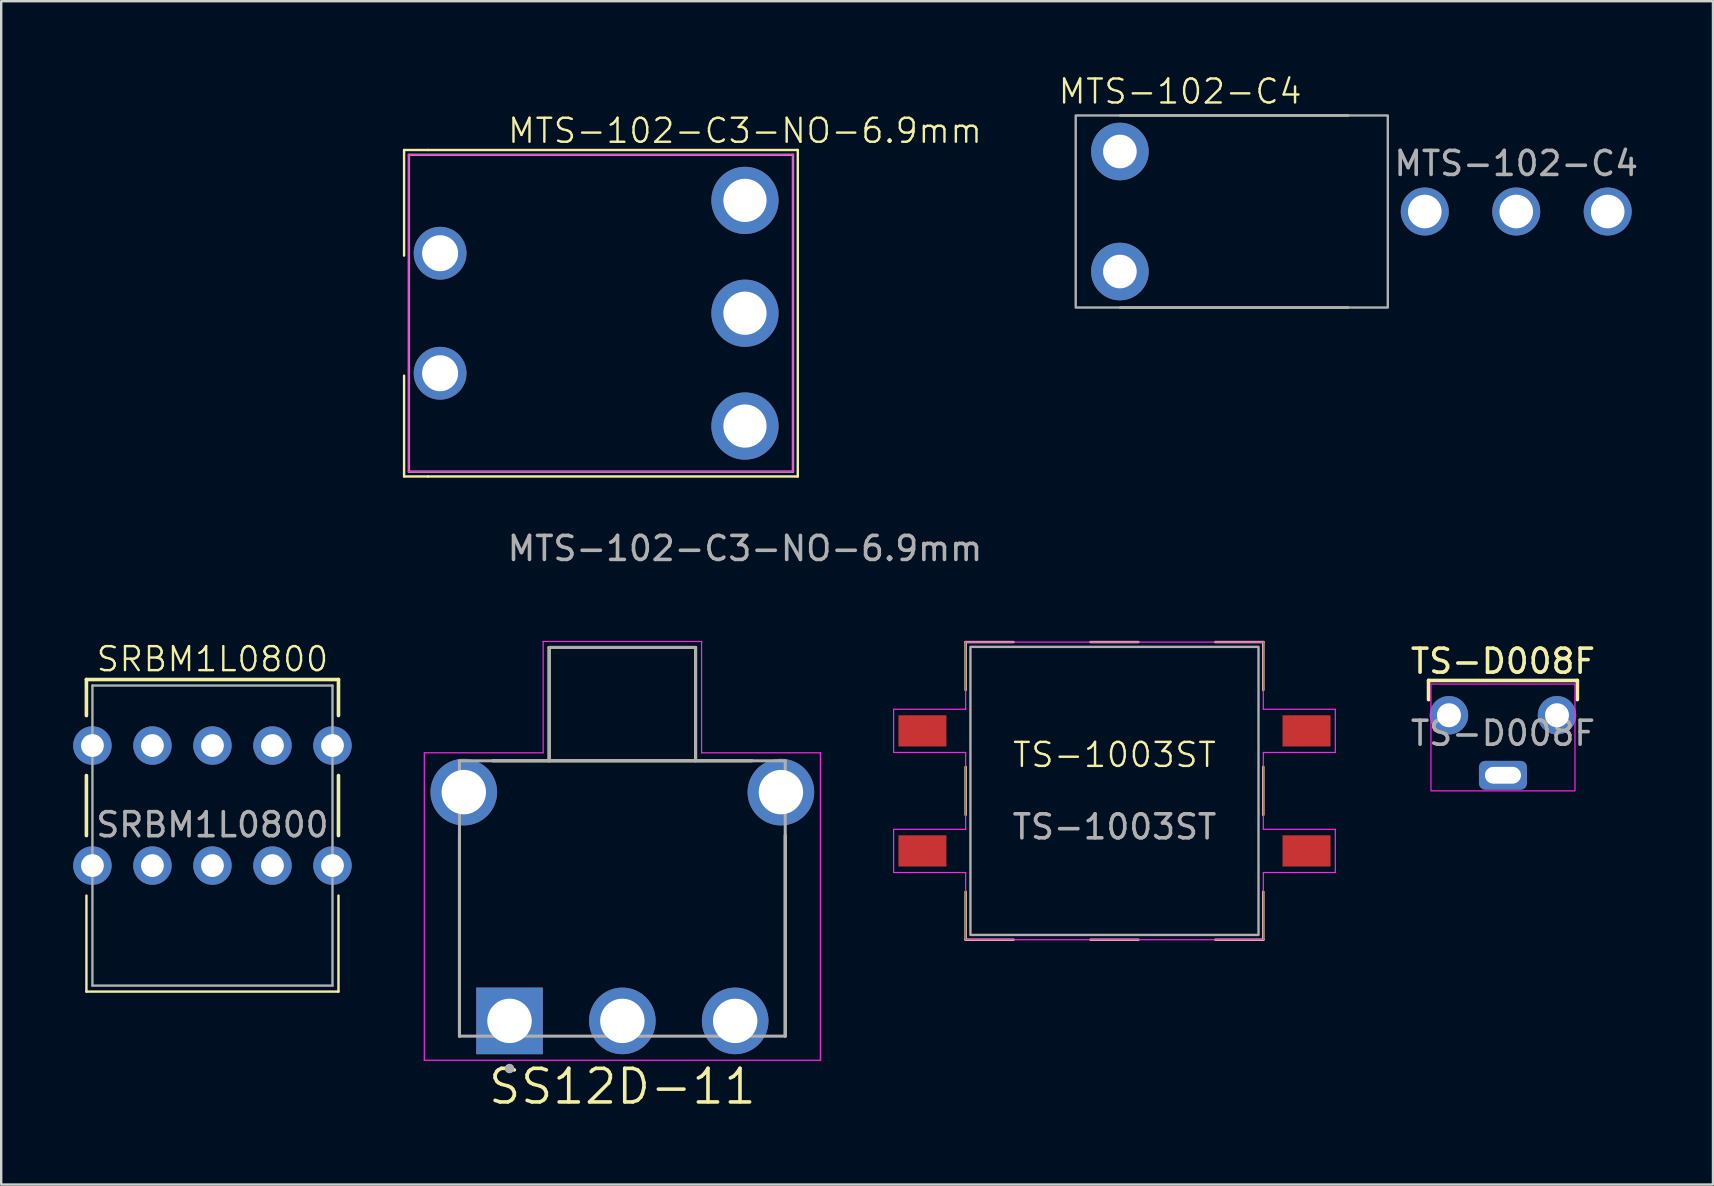
<source format=kicad_pcb>
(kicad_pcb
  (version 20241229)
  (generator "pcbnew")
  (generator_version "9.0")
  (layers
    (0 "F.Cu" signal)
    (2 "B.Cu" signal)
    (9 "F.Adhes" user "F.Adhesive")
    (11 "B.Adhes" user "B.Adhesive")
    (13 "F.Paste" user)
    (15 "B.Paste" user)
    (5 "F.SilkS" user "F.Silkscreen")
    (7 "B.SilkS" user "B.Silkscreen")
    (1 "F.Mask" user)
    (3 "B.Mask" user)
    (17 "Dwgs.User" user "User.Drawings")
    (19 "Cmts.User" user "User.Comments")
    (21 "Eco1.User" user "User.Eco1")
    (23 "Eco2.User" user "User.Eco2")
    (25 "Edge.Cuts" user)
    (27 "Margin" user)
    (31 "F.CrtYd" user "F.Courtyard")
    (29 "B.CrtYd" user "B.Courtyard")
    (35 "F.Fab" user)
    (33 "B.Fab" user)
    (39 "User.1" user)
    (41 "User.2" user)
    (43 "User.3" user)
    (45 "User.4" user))
  (footprint "SRBM1L0800"
    (layer "F.Cu")
    (at 5.8 28.007)
    (property "Reference" "SRBM1L0800" (at 0 -3.6 0) (unlocked yes) (layer "F.SilkS") (effects (font (size 1 1) (thickness 0.1))))
    (attr through_hole)
    (fp_line (start -5.25 -2.75) (end -5.25 -1.25) (stroke (width 0.15) (type default)) (layer "F.SilkS"))
    (fp_line (start -5.25 1.25) (end -5.25 3.75) (stroke (width 0.15) (type default)) (layer "F.SilkS"))
    (fp_line (start -5.25 6.25) (end -5.25 10.25) (stroke (width 0.1) (type default)) (layer "F.SilkS"))
    (fp_line (start -5.25 10.25) (end 5.25 10.25) (stroke (width 0.1) (type default)) (layer "F.SilkS"))
    (fp_line (start 5.25 -2.75) (end -5.25 -2.75) (stroke (width 0.15) (type default)) (layer "F.SilkS"))
    (fp_line (start 5.25 -1.25) (end 5.25 -2.75) (stroke (width 0.15) (type default)) (layer "F.SilkS"))
    (fp_line (start 5.25 1.25) (end 5.25 3.75) (stroke (width 0.15) (type default)) (layer "F.SilkS"))
    (fp_line (start 5.25 6.25) (end 5.25 10.25) (stroke (width 0.1) (type default)) (layer "F.SilkS"))
    (fp_line (start -5 -2.5) (end 5 -2.5) (stroke (width 0.1) (type default)) (layer "F.Fab"))
    (fp_line (start -5 10) (end -5 -2.5) (stroke (width 0.1) (type default)) (layer "F.Fab"))
    (fp_line (start 5 -2.5) (end 5 10) (stroke (width 0.1) (type default)) (layer "F.Fab"))
    (fp_line (start 5 10) (end -5 10) (stroke (width 0.1) (type default)) (layer "F.Fab"))
    (fp_text user "${REFERENCE}" (at 0 3.3 0) (unlocked yes) (layer "F.Fab") (effects (font (size 1 1) (thickness 0.15))))
    (pad "1-1" thru_hole circle (at 5 5 180) (size 1.6 1.6) (drill 0.95) (layers "*.Cu" "*.Mask"))
    (pad "1-2" thru_hole circle (at 2.5 5 180) (size 1.6 1.6) (drill 0.95) (layers "*.Cu" "*.Mask"))
    (pad "1-3" thru_hole circle (at 0 5 180) (size 1.6 1.6) (drill 0.95) (layers "*.Cu" "*.Mask"))
    (pad "1-4" thru_hole circle (at -2.5 5 180) (size 1.6 1.6) (drill 0.95) (layers "*.Cu" "*.Mask"))
    (pad "1-5" thru_hole circle (at -5 5 180) (size 1.6 1.6) (drill 0.95) (layers "*.Cu" "*.Mask"))
    (pad "2-1" thru_hole circle (at 5 0 180) (size 1.6 1.6) (drill 0.95) (layers "*.Cu" "*.Mask"))
    (pad "2-2" thru_hole circle (at 2.5 0 180) (size 1.6 1.6) (drill 0.95) (layers "*.Cu" "*.Mask"))
    (pad "2-3" thru_hole circle (at 0 0 180) (size 1.6 1.6) (drill 0.95) (layers "*.Cu" "*.Mask"))
    (pad "2-5" thru_hole circle (at -5 0 180) (size 1.6 1.6) (drill 0.95) (layers "*.Cu" "*.Mask"))
    (pad "2-5" thru_hole circle (at -2.5 0 180) (size 1.6 1.6) (drill 0.95) (layers "*.Cu" "*.Mask")))
  (footprint "TS-1003ST"
    (layer "F.Cu")
    (at 43.375 29.896)
    (property "Reference" "TS-1003ST" (at 0 -1.5 0) (unlocked yes) (layer "F.SilkS") (effects (font (size 1 1) (thickness 0.1))))
    (attr through_hole)
    (fp_line (start -6.2 -6.2) (end -6.2 -4.2) (stroke (width 0.1) (type default)) (layer "F.SilkS"))
    (fp_line (start -6.2 -6.2) (end -4.2 -6.2) (stroke (width 0.1) (type default)) (layer "F.SilkS"))
    (fp_line (start -6.2 -1) (end -6.2 1) (stroke (width 0.1) (type default)) (layer "F.SilkS"))
    (fp_line (start -6.2 6.2) (end -6.2 4.2) (stroke (width 0.1) (type default)) (layer "F.SilkS"))
    (fp_line (start -6.2 6.2) (end -4.2 6.2) (stroke (width 0.1) (type default)) (layer "F.SilkS"))
    (fp_line (start -1 6.2) (end 1 6.2) (stroke (width 0.1) (type default)) (layer "F.SilkS"))
    (fp_line (start 1 -6.2) (end -1 -6.2) (stroke (width 0.1) (type default)) (layer "F.SilkS"))
    (fp_line (start 6.2 -6.2) (end 4.2 -6.2) (stroke (width 0.1) (type default)) (layer "F.SilkS"))
    (fp_line (start 6.2 -6.2) (end 6.2 -4.2) (stroke (width 0.1) (type default)) (layer "F.SilkS"))
    (fp_line (start 6.2 -1) (end 6.2 1) (stroke (width 0.1) (type default)) (layer "F.SilkS"))
    (fp_line (start 6.2 6.2) (end 4.2 6.2) (stroke (width 0.1) (type default)) (layer "F.SilkS"))
    (fp_line (start 6.2 6.2) (end 6.2 4.2) (stroke (width 0.1) (type default)) (layer "F.SilkS"))
    (fp_line (start -9.2 -3.4) (end -9.2 -1.6) (stroke (width 0.05) (type default)) (layer "F.CrtYd"))
    (fp_line (start -9.2 -3.4) (end -6.2 -3.4) (stroke (width 0.05) (type default)) (layer "F.CrtYd"))
    (fp_line (start -9.2 1.6) (end -9.2 3.4) (stroke (width 0.05) (type default)) (layer "F.CrtYd"))
    (fp_line (start -9.2 1.6) (end -6.2 1.6) (stroke (width 0.05) (type default)) (layer "F.CrtYd"))
    (fp_line (start -6.2 -6.2) (end 6.2 -6.2) (stroke (width 0.05) (type default)) (layer "F.CrtYd"))
    (fp_line (start -6.2 -3.4) (end -6.2 -6.2) (stroke (width 0.05) (type default)) (layer "F.CrtYd"))
    (fp_line (start -6.2 -1.6) (end -9.2 -1.6) (stroke (width 0.05) (type default)) (layer "F.CrtYd"))
    (fp_line (start -6.2 1.6) (end -6.2 -1.6) (stroke (width 0.05) (type default)) (layer "F.CrtYd"))
    (fp_line (start -6.2 3.4) (end -9.2 3.4) (stroke (width 0.05) (type default)) (layer "F.CrtYd"))
    (fp_line (start -6.2 6.2) (end -6.2 3.4) (stroke (width 0.05) (type default)) (layer "F.CrtYd"))
    (fp_line (start -6.2 6.2) (end 6.2 6.2) (stroke (width 0.05) (type default)) (layer "F.CrtYd"))
    (fp_line (start 6.2 -6.2) (end 6.2 -3.4) (stroke (width 0.05) (type default)) (layer "F.CrtYd"))
    (fp_line (start 6.2 -3.4) (end 9.2 -3.4) (stroke (width 0.05) (type default)) (layer "F.CrtYd"))
    (fp_line (start 6.2 -1.6) (end 6.2 1.6) (stroke (width 0.05) (type default)) (layer "F.CrtYd"))
    (fp_line (start 6.2 1.6) (end 9.2 1.6) (stroke (width 0.05) (type default)) (layer "F.CrtYd"))
    (fp_line (start 6.2 3.4) (end 6.2 6.2) (stroke (width 0.05) (type default)) (layer "F.CrtYd"))
    (fp_line (start 6.2 3.4) (end 9.2 3.4) (stroke (width 0.05) (type default)) (layer "F.CrtYd"))
    (fp_line (start 9.2 -1.6) (end 6.2 -1.6) (stroke (width 0.05) (type default)) (layer "F.CrtYd"))
    (fp_line (start 9.2 -1.6) (end 9.2 -3.4) (stroke (width 0.05) (type default)) (layer "F.CrtYd"))
    (fp_line (start 9.2 1.6) (end 9.2 3.4) (stroke (width 0.05) (type default)) (layer "F.CrtYd"))
    (fp_rect (start -6 -6) (end 6 6) (stroke (width 0.1) (type default)) (fill no) (layer "F.Fab"))
    (fp_text user "${REFERENCE}" (at 0 1.5 0) (unlocked yes) (layer "F.Fab") (effects (font (size 1 1) (thickness 0.15))))
    (pad "1" smd rect (at -8 -2.5) (size 2 1.3) (layers "F.Cu" "F.Mask" "F.Paste"))
    (pad "1" smd rect (at 8 -2.5) (size 2 1.3) (layers "F.Cu" "F.Mask" "F.Paste"))
    (pad "2" smd rect (at -8 2.5) (size 2 1.3) (layers "F.Cu" "F.Mask" "F.Paste"))
    (pad "2" smd rect (at 8 2.5) (size 2 1.3) (layers "F.Cu" "F.Mask" "F.Paste")))
  (footprint "SS12D-11"
    (layer "F.Cu")
    (at 22.875 34.712)
    (property "Reference" "SS12D-11" (at 0 7.5 0) (layer "F.SilkS") (effects (font (size 1.4 1.4) (thickness 0.15))))
    (attr through_hole)
    (fp_line (start -6.785 -2.964) (end -6.785 5.4) (stroke (width 0.127) (type solid)) (layer "F.SilkS"))
    (fp_line (start -5.4 -6.07) (end 5.4 -6.07) (stroke (width 0.127) (type solid)) (layer "F.SilkS"))
    (fp_line (start -3.05 -10.79) (end 3.05 -10.79) (stroke (width 0.127) (type solid)) (layer "F.SilkS"))
    (fp_line (start -3.05 -6.075) (end -3.05 -10.79) (stroke (width 0.127) (type solid)) (layer "F.SilkS"))
    (fp_line (start 3.05 -10.79) (end 3.05 -6.075) (stroke (width 0.127) (type solid)) (layer "F.SilkS"))
    (fp_line (start 6.785 -2.964) (end 6.785 5.4) (stroke (width 0.127) (type solid)) (layer "F.SilkS"))
    (fp_line (start -8.25 -6.402) (end -8.25 6.405) (stroke (width 0.05) (type solid)) (layer "F.CrtYd"))
    (fp_line (start -8.25 6.405) (end 8.25 6.405) (stroke (width 0.05) (type solid)) (layer "F.CrtYd"))
    (fp_line (start -3.3 -11.04) (end -3.3 -6.402) (stroke (width 0.05) (type solid)) (layer "F.CrtYd"))
    (fp_line (start -3.3 -6.402) (end -8.25 -6.402) (stroke (width 0.05) (type solid)) (layer "F.CrtYd"))
    (fp_line (start 3.3 -11.04) (end -3.3 -11.04) (stroke (width 0.05) (type solid)) (layer "F.CrtYd"))
    (fp_line (start 3.3 -6.402) (end 3.3 -11.04) (stroke (width 0.05) (type solid)) (layer "F.CrtYd"))
    (fp_line (start 8.25 -6.402) (end 3.3 -6.402) (stroke (width 0.05) (type solid)) (layer "F.CrtYd"))
    (fp_line (start 8.25 6.405) (end 8.25 -6.402) (stroke (width 0.05) (type solid)) (layer "F.CrtYd"))
    (fp_line (start -6.785 -6.07) (end -6.785 5.4) (stroke (width 0.127) (type solid)) (layer "F.Fab"))
    (fp_line (start -6.785 5.4) (end 6.785 5.4) (stroke (width 0.127) (type solid)) (layer "F.Fab"))
    (fp_line (start -3.05 -10.79) (end 3.05 -10.79) (stroke (width 0.127) (type solid)) (layer "F.Fab"))
    (fp_line (start -3.05 -6.07) (end -6.785 -6.07) (stroke (width 0.127) (type solid)) (layer "F.Fab"))
    (fp_line (start -3.05 -6.07) (end -3.05 -10.79) (stroke (width 0.127) (type solid)) (layer "F.Fab"))
    (fp_line (start 3.05 -10.79) (end 3.05 -6.07) (stroke (width 0.127) (type solid)) (layer "F.Fab"))
    (fp_line (start 3.05 -6.07) (end -3.05 -6.07) (stroke (width 0.127) (type solid)) (layer "F.Fab"))
    (fp_line (start 6.785 -6.07) (end 3.05 -6.07) (stroke (width 0.127) (type solid)) (layer "F.Fab"))
    (fp_line (start 6.785 5.4) (end 6.785 -6.07) (stroke (width 0.127) (type solid)) (layer "F.Fab"))
    (fp_circle (center -4.7 6.75) (end -4.6 6.75) (stroke (width 0.2) (type solid)) (fill no) (layer "F.Fab"))
    (pad "1" thru_hole rect (at -4.7 4.765) (size 2.775 2.775) (drill 1.85) (layers "*.Cu" "*.Mask"))
    (pad "2" thru_hole circle (at 0 4.765) (size 2.775 2.775) (drill 1.85) (layers "*.Cu" "*.Mask"))
    (pad "3" thru_hole circle (at 4.7 4.765) (size 2.775 2.775) (drill 1.85) (layers "*.Cu" "*.Mask"))
    (pad "4" thru_hole circle (at -6.605 -4.765) (size 2.775 2.775) (drill 1.85) (layers "*.Cu" "*.Mask"))
    (pad "4" thru_hole circle (at 6.605 -4.765) (size 2.775 2.775) (drill 1.85) (layers "*.Cu" "*.Mask")))
  (footprint "TS-D008F"
    (layer "F.Cu")
    (at 59.558 27.995)
    (property "Reference" "TS-D008F" (at 0 -3.5 0) (unlocked yes) (layer "F.SilkS") (effects (font (size 1 1) (thickness 0.15))))
    (attr through_hole)
    (fp_line (start -3.1 -2.7) (end 3.1 -2.7) (stroke (width 0.15) (type default)) (layer "F.SilkS"))
    (fp_line (start -3.1 -1.9) (end -3.1 -2.7) (stroke (width 0.15) (type default)) (layer "F.SilkS"))
    (fp_line (start 3.1 -2.7) (end 3.1 -1.9) (stroke (width 0.15) (type default)) (layer "F.SilkS"))
    (fp_rect (start -3 -2.55) (end 3 1.9) (stroke (width 0.05) (type solid)) (fill no) (layer "F.CrtYd"))
    (fp_text user "${REFERENCE}" (at 0 -0.5 0) (unlocked yes) (layer "F.Fab") (effects (font (size 1 1) (thickness 0.15))))
    (pad "1" thru_hole circle (at -2.25 -1.25) (size 1.6 1.6) (drill 1) (layers "*.Cu" "*.Mask"))
    (pad "2" thru_hole circle (at 2.25 -1.25) (size 1.6 1.6) (drill 1) (layers "*.Cu" "*.Mask"))
    (pad "SH" thru_hole roundrect (at 0 1.25) (size 2 1.2) (drill oval 1.5 0.7) (layers "*.Cu" "*.Mask") (roundrect_rratio 0.219)))
  (footprint "MTS-102-C3-NO-6.9mm"
    (layer "F.Cu")
    (at 21.783 9.998)
    (property "Reference" "MTS-102-C3-NO-6.9mm" (at 6.2 -7.6 0) (unlocked yes) (layer "F.SilkS") (effects (font (size 1 1) (thickness 0.1))))
    (attr through_hole)
    (fp_line (start -8 -6.8) (end -8 -2.4) (stroke (width 0.1) (type default)) (layer "F.SilkS"))
    (fp_line (start -8 2.6) (end -8 6.8) (stroke (width 0.1) (type default)) (layer "F.SilkS"))
    (fp_line (start -8 6.8) (end -7 6.8) (stroke (width 0.1) (type default)) (layer "F.SilkS"))
    (fp_line (start -7 -6.8) (end -8 -6.8) (stroke (width 0.1) (type default)) (layer "F.SilkS"))
    (fp_line (start -7 -6.8) (end 8.4 -6.8) (stroke (width 0.1) (type default)) (layer "F.SilkS"))
    (fp_line (start 8.4 -6.8) (end 8.4 6.8) (stroke (width 0.1) (type default)) (layer "F.SilkS"))
    (fp_line (start 8.4 6.8) (end -7 6.8) (stroke (width 0.1) (type default)) (layer "F.SilkS"))
    (fp_line (start -7.8 -6.6) (end 8.2 -6.6) (stroke (width 0.05) (type default)) (layer "F.CrtYd"))
    (fp_line (start -7.8 6.6) (end -7.8 -6.6) (stroke (width 0.05) (type default)) (layer "F.CrtYd"))
    (fp_line (start 8.2 -6.6) (end 8.2 6.6) (stroke (width 0.05) (type default)) (layer "F.CrtYd"))
    (fp_line (start 8.2 6.6) (end -7.8 6.6) (stroke (width 0.05) (type default)) (layer "F.CrtYd"))
    (fp_line (start -7.8 -6.6) (end -7.8 6.6) (stroke (width 0.1) (type default)) (layer "F.Fab"))
    (fp_line (start 8.2 -6.6) (end -7.8 -6.6) (stroke (width 0.1) (type default)) (layer "F.Fab"))
    (fp_line (start 8.2 -6.6) (end 8.2 6.6) (stroke (width 0.1) (type default)) (layer "F.Fab"))
    (fp_line (start 8.2 6.6) (end -7.8 6.6) (stroke (width 0.1) (type default)) (layer "F.Fab"))
    (fp_text user "${REFERENCE}" (at 6.2 9.8 0) (unlocked yes) (layer "F.Fab") (effects (font (size 1 1) (thickness 0.15))))
    (dimension (type aligned) (layer "User.1") (pts (xy 7.933 9.998) (xy 0.983 9.998)) (height 0) (format (prefix "") (suffix "") (units 3) (units_format 1) (precision 4)) (style (thickness 0.1) (arrow_length 1.27) (text_position_mode 0) (arrow_direction outward) (extension_height 0.586) (extension_offset 0.5) (keep_text_aligned yes)) (gr_text "6.9500 mm" (at 4.458 8.848 0) (layer "User.1") (effects (font (size 1 1) (thickness 0.15)))))
    (dimension (type aligned) (layer "User.1") (pts (xy 15.033 1.998) (xy 7.933 1.998)) (height 0) (format (prefix "") (suffix "") (units 3) (units_format 1) (precision 4)) (style (thickness 0.1) (arrow_length 1.27) (text_position_mode 0) (arrow_direction outward) (extension_height 0.586) (extension_offset 0.5) (keep_text_aligned yes)) (gr_text "7.1000 mm" (at 11.483 0.848 0) (layer "User.1") (effects (font (size 1 1) (thickness 0.15)))))
    (dimension (type aligned) (layer "User.1") (pts (xy 27.983 9.998) (xy 15.033 9.998)) (height 0) (format (prefix "") (suffix "") (units 3) (units_format 1) (precision 4)) (style (thickness 0.1) (arrow_length 1.27) (text_position_mode 0) (arrow_direction outward) (extension_height 0.586) (extension_offset 0.5) (keep_text_aligned yes)) (gr_text "12.9500 mm" (at 21.508 8.848 0) (layer "User.1") (effects (font (size 1 1) (thickness 0.15)))))
    (dimension (type aligned) (layer "User.1") (pts (xy 12.483 6.998) (xy 12.483 12.998)) (height 0) (format (prefix "") (suffix "") (units 3) (units_format 1) (precision 4)) (style (thickness 0.1) (arrow_length 1.27) (text_position_mode 0) (arrow_direction outward) (extension_height 0.586) (extension_offset 0.5) (keep_text_aligned yes)) (gr_text "6.0000 mm" (at 11.333 9.998 90) (layer "User.1") (effects (font (size 1 1) (thickness 0.15)))))
    (pad "1" thru_hole circle (at 6.2 -4.7) (size 2.8 2.8) (drill 1.8) (layers "*.Cu" "*.Paste" "*.Mask") (remove_unused_layers yes) (keep_end_layers yes) (zone_layer_connections))
    (pad "2" thru_hole circle (at 6.2 0) (size 2.8 2.8) (drill 1.8) (layers "*.Cu" "*.Paste" "*.Mask") (remove_unused_layers yes) (keep_end_layers yes) (zone_layer_connections))
    (pad "3" thru_hole circle (at 6.2 4.7) (size 2.8 2.8) (drill 1.8) (layers "*.Cu" "*.Paste" "*.Mask") (remove_unused_layers yes) (keep_end_layers yes) (zone_layer_connections))
    (pad "4" thru_hole circle (at -6.5 -2.5) (size 2.2 2.2) (drill 1.5) (layers "*.Cu" "*.Paste" "*.Mask") (remove_unused_layers yes) (keep_end_layers yes) (zone_layer_connections))
    (pad "4" thru_hole circle (at -6.5 2.5) (size 2.2 2.2) (drill 1.5) (layers "*.Cu" "*.Paste" "*.Mask") (remove_unused_layers yes) (keep_end_layers yes) (zone_layer_connections)))
  (footprint "MTS-102-C4"
    (layer "F.Cu")
    (at 60.111 5.761)
    (property "Reference" "MTS-102-C4" (at -14 -5 0) (unlocked yes) (layer "F.SilkS") (effects (font (size 1 1) (thickness 0.1))))
    (attr through_hole)
    (fp_line (start -16.5 -4) (end -7 -4) (stroke (width 0.1) (type default)) (layer "F.SilkS"))
    (fp_line (start -16.5 4) (end -7 4) (stroke (width 0.1) (type default)) (layer "F.SilkS"))
    (fp_rect (start -18.35 -4) (end -5.35 4) (stroke (width 0.1) (type solid)) (fill no) (layer "F.Fab"))
    (fp_text user "${REFERENCE}" (at 0 -2 0) (unlocked yes) (layer "F.Fab") (effects (font (size 1 1) (thickness 0.15))))
    (pad "1" thru_hole circle (at -3.81 0) (size 2 2) (drill 1.4) (layers "*.Cu" "*.Mask"))
    (pad "2" thru_hole circle (at 0 0) (size 2 2) (drill 1.4) (layers "*.Cu" "*.Mask"))
    (pad "3" thru_hole circle (at 3.81 0) (size 2 2) (drill 1.4) (layers "*.Cu" "*.Mask"))
    (pad "MP" thru_hole circle (at -16.51 -2.5) (size 2.4 2.4) (drill 1.4) (layers "*.Cu" "*.Mask"))
    (pad "MP" thru_hole circle (at -16.51 2.5) (size 2.4 2.4) (drill 1.4) (layers "*.Cu" "*.Mask")))
  (gr_rect
    (start -3 -3)
    (end 68.307 46.294)
    (stroke (width 0.1) (type default))
    (fill no)
    (layer "Edge.Cuts")))
</source>
